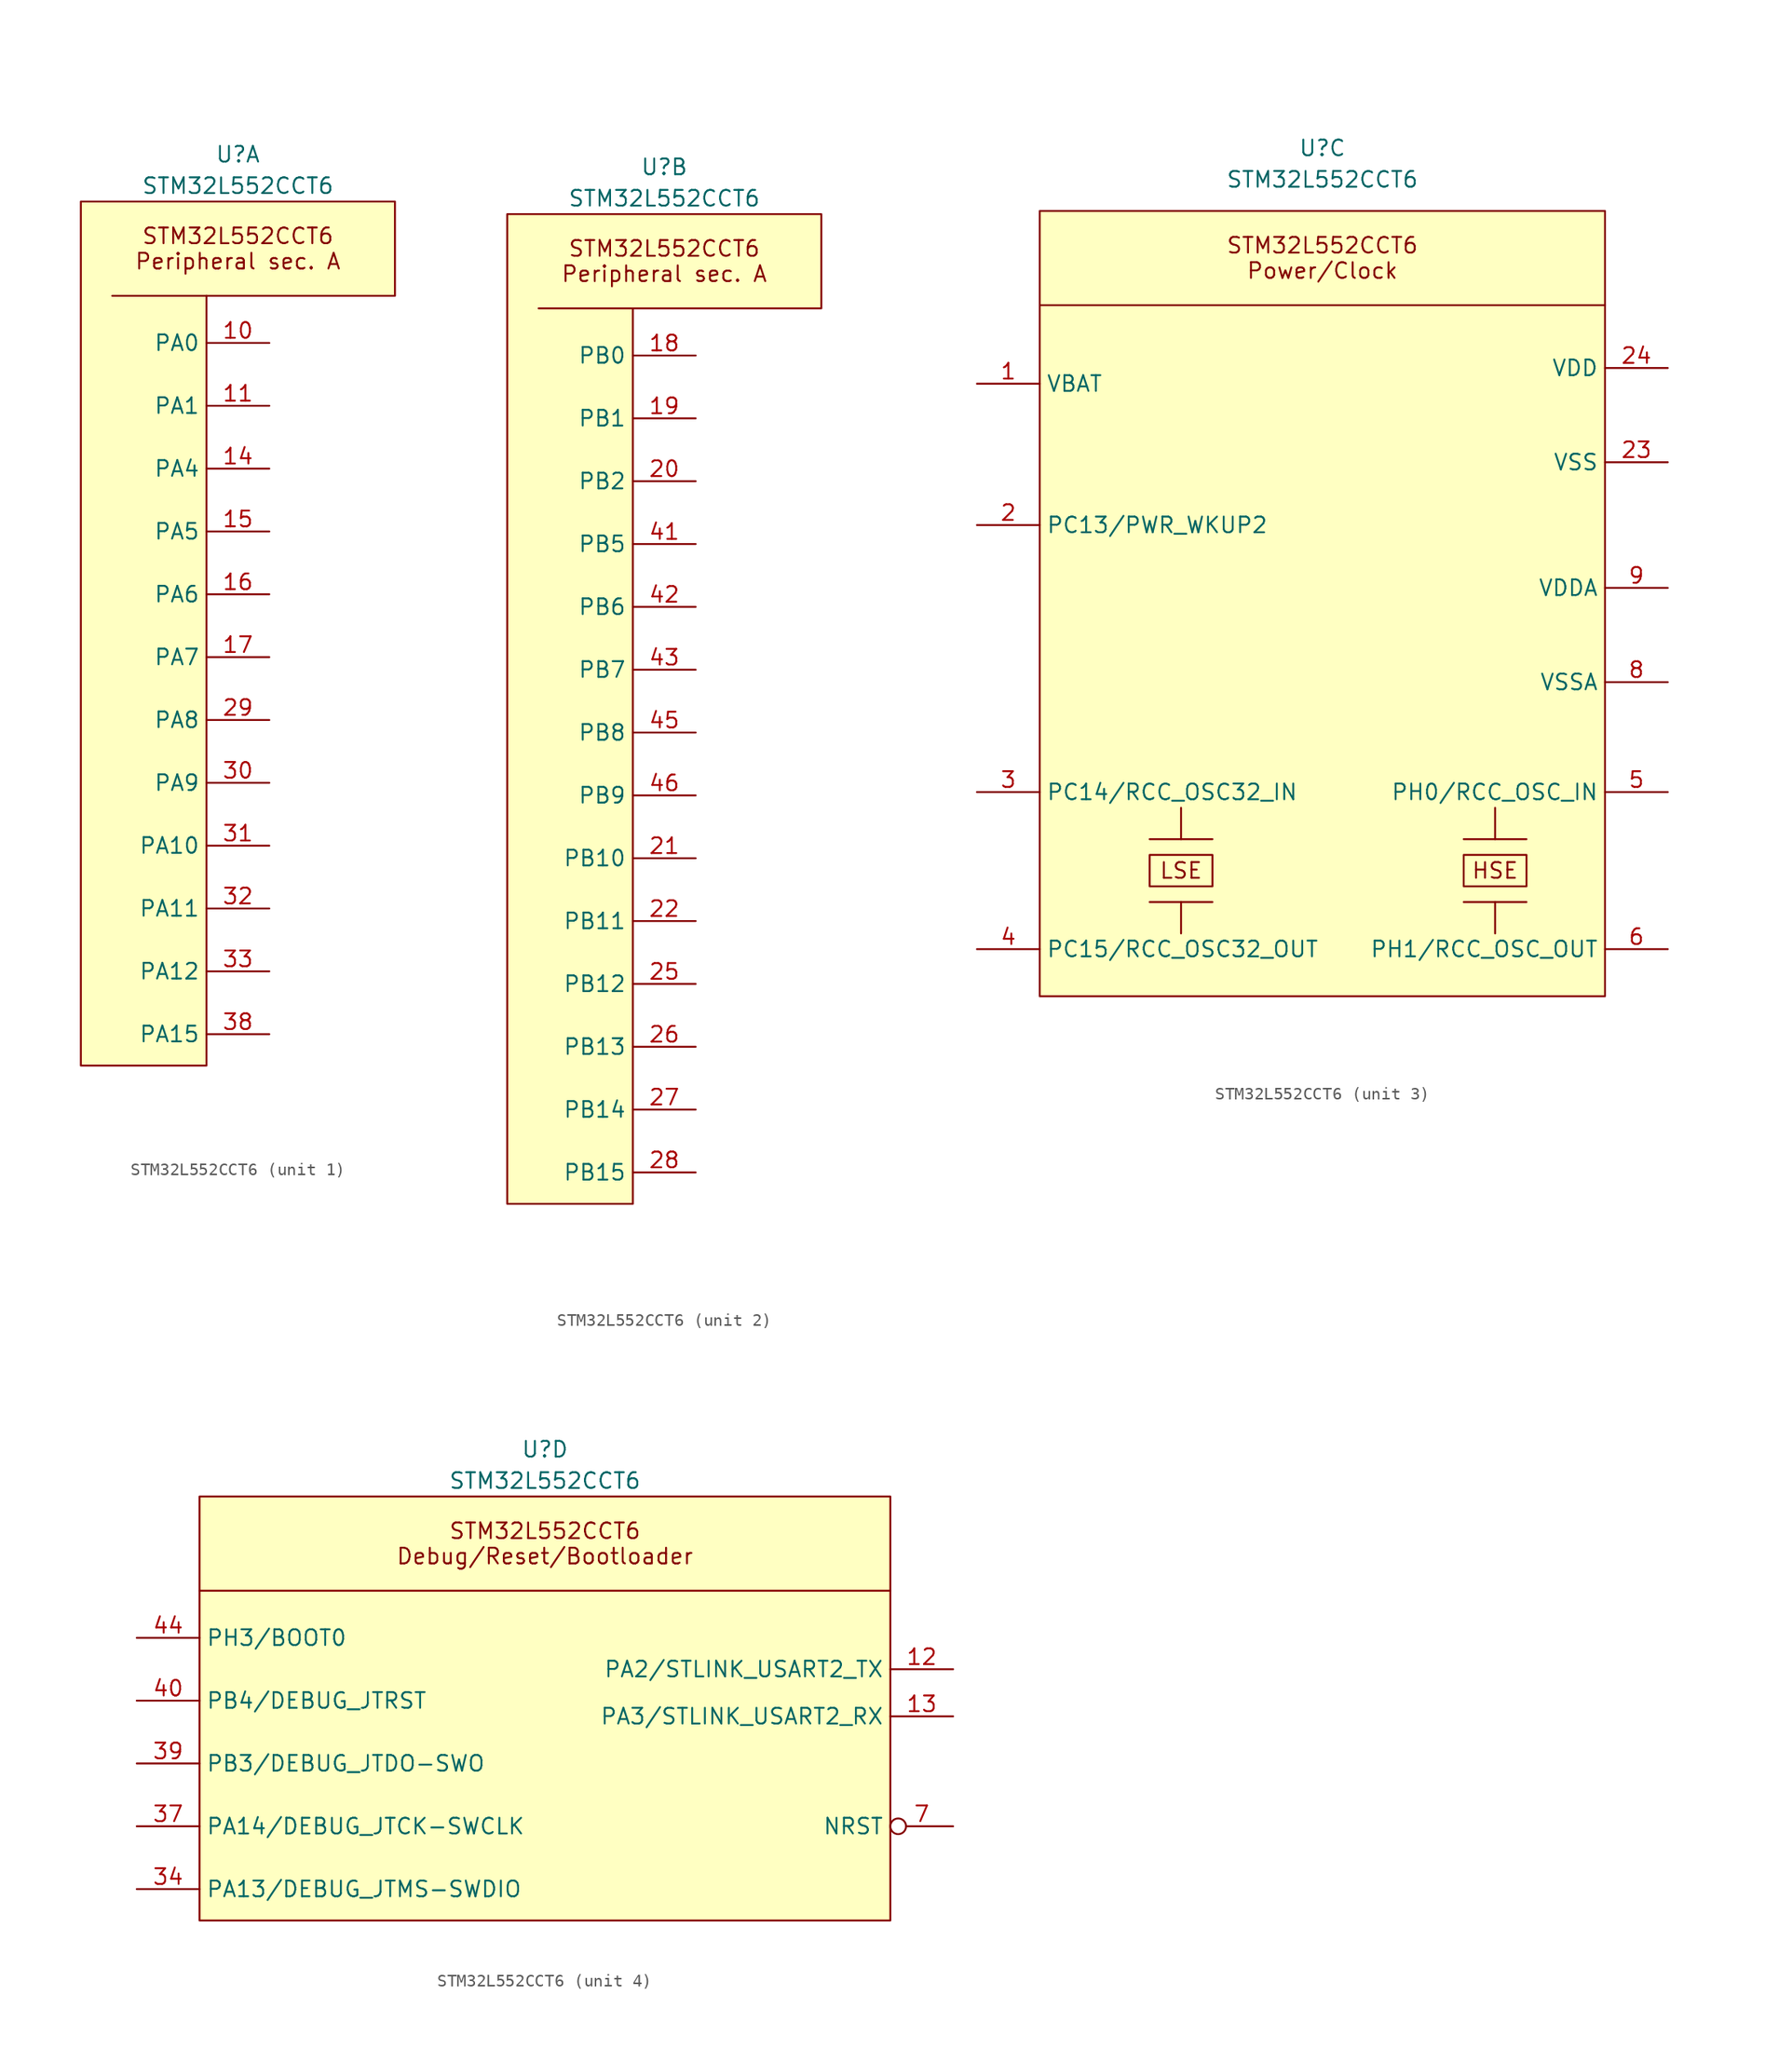
<source format=kicad_sym>
(kicad_symbol_lib
  (version 20241209)
  (generator "kicad_symbol_editor")
  (generator_version "9.0")
  (symbol "STM32L552CCT6"
    (property "Reference" "U"
      (at 0 36.83 0)
      (effects (font (size 1.27 1.27))))
    (property "Value" "STM32L552CCT6"
      (at 0 34.29 0)
      (effects (font (size 1.27 1.27))))
    (property "ki_locked" ""
      (at 0 0 0)
      (effects (font (size 1.27 1.27))))
    (symbol "STM32L552CCT6_1_1"
      (polyline (pts (xy -2.54 25.4) (xy -10.16 25.4)) (stroke (width 0) (type default)) (fill (type none)))
      (polyline (pts (xy 12.7 33.02) (xy -12.7 33.02) (xy -12.7 -36.83) (xy -2.54 -36.83) (xy -2.54 25.4) (xy 12.7 25.4) (xy 12.7 33.02) (xy 11.43 33.02)) (stroke (width 0) (type solid)) (fill (type background)))
      (text "STM32L552CCT6\nPeripheral sec. A" (at 0 29.21 0) (effects (font (size 1.27 1.27))))
      (pin bidirectional line (at 2.54 21.59 180) (length 5.08) (name "PA0" (effects (font (size 1.27 1.27)))) (number "10" (effects (font (size 1.27 1.27)))) (alternate "ADC1_IN5" bidirectional line) (alternate "ADC2_IN5" bidirectional line) (alternate "OPAMP1_VINP" bidirectional line) (alternate "PWR_WKUP1" bidirectional line) (alternate "SAI1_EXTCLK" bidirectional line) (alternate "TAMP_IN2" bidirectional line) (alternate "TAMP_OUT1" bidirectional line) (alternate "TIM2_CH1" bidirectional line) (alternate "TIM2_ETR" bidirectional line) (alternate "TIM5_CH1" bidirectional line) (alternate "TIM8_ETR" bidirectional line) (alternate "UART4_TX" bidirectional line) (alternate "USART2_CTS" bidirectional line) (alternate "USART2_NSS" bidirectional line))
      (pin bidirectional line (at 2.54 16.51 180) (length 5.08) (name "PA1" (effects (font (size 1.27 1.27)))) (number "11" (effects (font (size 1.27 1.27)))) (alternate "ADC1_IN6" bidirectional line) (alternate "ADC2_IN6" bidirectional line) (alternate "I2C1_SMBA" bidirectional line) (alternate "OCTOSPI1_DQS" bidirectional line) (alternate "OPAMP1_VINM" bidirectional line) (alternate "SPI1_SCK" bidirectional line) (alternate "TAMP_IN5" bidirectional line) (alternate "TAMP_OUT4" bidirectional line) (alternate "TIM15_CH1N" bidirectional line) (alternate "TIM2_CH2" bidirectional line) (alternate "TIM5_CH2" bidirectional line) (alternate "UART4_RX" bidirectional line) (alternate "USART2_DE" bidirectional line) (alternate "USART2_RTS" bidirectional line))
      (pin bidirectional line (at 2.54 11.43 180) (length 5.08) (name "PA4" (effects (font (size 1.27 1.27)))) (number "14" (effects (font (size 1.27 1.27)))) (alternate "ADC1_IN9" bidirectional line) (alternate "ADC2_IN9" bidirectional line) (alternate "DAC1_OUT1" bidirectional line) (alternate "LPTIM2_OUT" bidirectional line) (alternate "OCTOSPI1_NCS" bidirectional line) (alternate "SAI1_FS_B" bidirectional line) (alternate "SPI1_NSS" bidirectional line) (alternate "SPI3_NSS" bidirectional line) (alternate "USART2_CK" bidirectional line))
      (pin bidirectional line (at 2.54 6.35 180) (length 5.08) (name "PA5" (effects (font (size 1.27 1.27)))) (number "15" (effects (font (size 1.27 1.27)))) (alternate "ADC1_IN10" bidirectional line) (alternate "ADC2_IN10" bidirectional line) (alternate "DAC1_OUT2" bidirectional line) (alternate "LPTIM2_ETR" bidirectional line) (alternate "SPI1_SCK" bidirectional line) (alternate "TIM2_CH1" bidirectional line) (alternate "TIM2_ETR" bidirectional line) (alternate "TIM8_CH1N" bidirectional line))
      (pin bidirectional line (at 2.54 1.27 180) (length 5.08) (name "PA6" (effects (font (size 1.27 1.27)))) (number "16" (effects (font (size 1.27 1.27)))) (alternate "ADC1_IN11" bidirectional line) (alternate "ADC2_IN11" bidirectional line) (alternate "LPUART1_CTS" bidirectional line) (alternate "OCTOSPI1_IO3" bidirectional line) (alternate "OPAMP2_VINP" bidirectional line) (alternate "SPI1_MISO" bidirectional line) (alternate "TIM16_CH1" bidirectional line) (alternate "TIM1_BKIN" bidirectional line) (alternate "TIM3_CH1" bidirectional line) (alternate "TIM8_BKIN" bidirectional line) (alternate "USART3_CTS" bidirectional line) (alternate "USART3_NSS" bidirectional line))
      (pin bidirectional line (at 2.54 -3.81 180) (length 5.08) (name "PA7" (effects (font (size 1.27 1.27)))) (number "17" (effects (font (size 1.27 1.27)))) (alternate "ADC1_IN12" bidirectional line) (alternate "ADC2_IN12" bidirectional line) (alternate "I2C3_SCL" bidirectional line) (alternate "OCTOSPI1_IO2" bidirectional line) (alternate "OPAMP2_VINM" bidirectional line) (alternate "SPI1_MOSI" bidirectional line) (alternate "TIM17_CH1" bidirectional line) (alternate "TIM1_CH1N" bidirectional line) (alternate "TIM3_CH2" bidirectional line) (alternate "TIM8_CH1N" bidirectional line))
      (pin bidirectional line (at 2.54 -8.89 180) (length 5.08) (name "PA8" (effects (font (size 1.27 1.27)))) (number "29" (effects (font (size 1.27 1.27)))) (alternate "LPTIM2_OUT" bidirectional line) (alternate "RCC_MCO" bidirectional line) (alternate "SAI1_CK2" bidirectional line) (alternate "SAI1_SCK_A" bidirectional line) (alternate "TIM1_CH1" bidirectional line) (alternate "USART1_CK" bidirectional line))
      (pin bidirectional line (at 2.54 -13.97 180) (length 5.08) (name "PA9" (effects (font (size 1.27 1.27)))) (number "30" (effects (font (size 1.27 1.27)))) (alternate "DAC1_EXTI9" bidirectional line) (alternate "SAI1_FS_A" bidirectional line) (alternate "SPI2_SCK" bidirectional line) (alternate "TIM15_BKIN" bidirectional line) (alternate "TIM1_CH2" bidirectional line) (alternate "USART1_TX" bidirectional line))
      (pin bidirectional line (at 2.54 -19.05 180) (length 5.08) (name "PA10" (effects (font (size 1.27 1.27)))) (number "31" (effects (font (size 1.27 1.27)))) (alternate "CRS_SYNC" bidirectional line) (alternate "SAI1_D1" bidirectional line) (alternate "SAI1_SD_A" bidirectional line) (alternate "TIM17_BKIN" bidirectional line) (alternate "TIM1_CH3" bidirectional line) (alternate "USART1_RX" bidirectional line))
      (pin bidirectional line (at 2.54 -24.13 180) (length 5.08) (name "PA11" (effects (font (size 1.27 1.27)))) (number "32" (effects (font (size 1.27 1.27)))) (alternate "ADC1_EXTI11" bidirectional line) (alternate "ADC2_EXTI11" bidirectional line) (alternate "FDCAN1_RX" bidirectional line) (alternate "SPI1_MISO" bidirectional line) (alternate "TIM1_BKIN2" bidirectional line) (alternate "TIM1_CH4" bidirectional line) (alternate "USART1_CTS" bidirectional line) (alternate "USART1_NSS" bidirectional line) (alternate "USB_DM" bidirectional line))
      (pin bidirectional line (at 2.54 -29.21 180) (length 5.08) (name "PA12" (effects (font (size 1.27 1.27)))) (number "33" (effects (font (size 1.27 1.27)))) (alternate "FDCAN1_TX" bidirectional line) (alternate "SPI1_MOSI" bidirectional line) (alternate "TIM1_ETR" bidirectional line) (alternate "USART1_DE" bidirectional line) (alternate "USART1_RTS" bidirectional line) (alternate "USB_DP" bidirectional line))
      (pin bidirectional line (at 2.54 -34.29 180) (length 5.08) (name "PA15" (effects (font (size 1.27 1.27)))) (number "38" (effects (font (size 1.27 1.27)))) (alternate "ADC1_EXTI15" bidirectional line) (alternate "ADC2_EXTI15" bidirectional line) (alternate "DEBUG_JTDI" bidirectional line) (alternate "SAI2_FS_B" bidirectional line) (alternate "SPI1_NSS" bidirectional line) (alternate "SPI3_NSS" bidirectional line) (alternate "TIM2_CH1" bidirectional line) (alternate "TIM2_ETR" bidirectional line) (alternate "UART4_DE" bidirectional line) (alternate "UART4_RTS" bidirectional line) (alternate "UCPD1_CC1" bidirectional line) (alternate "USART2_RX" bidirectional line) (alternate "USART3_DE" bidirectional line) (alternate "USART3_RTS" bidirectional line)))
    (symbol "STM32L552CCT6_2_1"
      (polyline (pts (xy -2.54 25.4) (xy -10.16 25.4)) (stroke (width 0) (type default)) (fill (type none)))
      (polyline (pts (xy 12.7 33.02) (xy -12.7 33.02) (xy -12.7 -46.99) (xy -2.54 -46.99) (xy -2.54 25.4) (xy 12.7 25.4) (xy 12.7 33.02) (xy 11.43 33.02)) (stroke (width 0) (type solid)) (fill (type background)))
      (text "STM32L552CCT6\nPeripheral sec. A" (at 0 29.21 0) (effects (font (size 1.27 1.27))))
      (pin bidirectional line (at 2.54 21.59 180) (length 5.08) (name "PB0" (effects (font (size 1.27 1.27)))) (number "18" (effects (font (size 1.27 1.27)))) (alternate "ADC1_IN15" bidirectional line) (alternate "ADC2_IN15" bidirectional line) (alternate "COMP1_OUT" bidirectional line) (alternate "OCTOSPI1_IO1" bidirectional line) (alternate "OPAMP2_VOUT" bidirectional line) (alternate "SAI1_EXTCLK" bidirectional line) (alternate "SPI1_NSS" bidirectional line) (alternate "TIM1_CH2N" bidirectional line) (alternate "TIM3_CH3" bidirectional line) (alternate "TIM8_CH2N" bidirectional line) (alternate "USART3_CK" bidirectional line))
      (pin bidirectional line (at 2.54 16.51 180) (length 5.08) (name "PB1" (effects (font (size 1.27 1.27)))) (number "19" (effects (font (size 1.27 1.27)))) (alternate "ADC1_IN16" bidirectional line) (alternate "ADC2_IN16" bidirectional line) (alternate "COMP1_INM" bidirectional line) (alternate "DFSDM1_DATIN0" bidirectional line) (alternate "LPTIM2_IN1" bidirectional line) (alternate "LPUART1_DE" bidirectional line) (alternate "LPUART1_RTS" bidirectional line) (alternate "OCTOSPI1_IO0" bidirectional line) (alternate "TIM1_CH3N" bidirectional line) (alternate "TIM3_CH4" bidirectional line) (alternate "TIM8_CH3N" bidirectional line) (alternate "USART3_DE" bidirectional line) (alternate "USART3_RTS" bidirectional line))
      (pin bidirectional line (at 2.54 11.43 180) (length 5.08) (name "PB2" (effects (font (size 1.27 1.27)))) (number "20" (effects (font (size 1.27 1.27)))) (alternate "COMP1_INP" bidirectional line) (alternate "DFSDM1_CKIN0" bidirectional line) (alternate "I2C3_SMBA" bidirectional line) (alternate "LPTIM1_OUT" bidirectional line) (alternate "OCTOSPI1_DQS" bidirectional line) (alternate "RTC_OUT2" bidirectional line) (alternate "UCPD1_FRSTX1" bidirectional line))
      (pin bidirectional line (at 2.54 6.35 180) (length 5.08) (name "PB5" (effects (font (size 1.27 1.27)))) (number "41" (effects (font (size 1.27 1.27)))) (alternate "COMP2_OUT" bidirectional line) (alternate "I2C1_SMBA" bidirectional line) (alternate "LPTIM1_IN1" bidirectional line) (alternate "OCTOSPI1_NCLK" bidirectional line) (alternate "SAI1_SD_B" bidirectional line) (alternate "SPI1_MOSI" bidirectional line) (alternate "SPI3_MOSI" bidirectional line) (alternate "TIM16_BKIN" bidirectional line) (alternate "TIM3_CH2" bidirectional line) (alternate "TSC_G2_IO2" bidirectional line) (alternate "UCPD1_DBCC1" bidirectional line) (alternate "USART1_CK" bidirectional line))
      (pin bidirectional line (at 2.54 1.27 180) (length 5.08) (name "PB6" (effects (font (size 1.27 1.27)))) (number "42" (effects (font (size 1.27 1.27)))) (alternate "COMP2_INP" bidirectional line) (alternate "I2C1_SCL" bidirectional line) (alternate "I2C4_SCL" bidirectional line) (alternate "LPTIM1_ETR" bidirectional line) (alternate "SAI1_FS_B" bidirectional line) (alternate "TIM16_CH1N" bidirectional line) (alternate "TIM4_CH1" bidirectional line) (alternate "TIM8_BKIN2" bidirectional line) (alternate "TSC_G2_IO3" bidirectional line) (alternate "USART1_TX" bidirectional line))
      (pin bidirectional line (at 2.54 -3.81 180) (length 5.08) (name "PB7" (effects (font (size 1.27 1.27)))) (number "43" (effects (font (size 1.27 1.27)))) (alternate "COMP2_INM" bidirectional line) (alternate "I2C1_SDA" bidirectional line) (alternate "I2C4_SDA" bidirectional line) (alternate "LPTIM1_IN2" bidirectional line) (alternate "PWR_PVD_IN" bidirectional line) (alternate "TIM17_CH1N" bidirectional line) (alternate "TIM4_CH2" bidirectional line) (alternate "TIM8_BKIN" bidirectional line) (alternate "TSC_G2_IO4" bidirectional line) (alternate "UART4_CTS" bidirectional line) (alternate "USART1_RX" bidirectional line))
      (pin bidirectional line (at 2.54 -8.89 180) (length 5.08) (name "PB8" (effects (font (size 1.27 1.27)))) (number "45" (effects (font (size 1.27 1.27)))) (alternate "DFSDM1_CKOUT" bidirectional line) (alternate "FDCAN1_RX" bidirectional line) (alternate "I2C1_SCL" bidirectional line) (alternate "SAI1_CK1" bidirectional line) (alternate "SAI1_MCLK_A" bidirectional line) (alternate "TIM16_CH1" bidirectional line) (alternate "TIM4_CH3" bidirectional line))
      (pin bidirectional line (at 2.54 -13.97 180) (length 5.08) (name "PB9" (effects (font (size 1.27 1.27)))) (number "46" (effects (font (size 1.27 1.27)))) (alternate "DAC1_EXTI9" bidirectional line) (alternate "FDCAN1_TX" bidirectional line) (alternate "I2C1_SDA" bidirectional line) (alternate "IR_OUT" bidirectional line) (alternate "SAI1_D2" bidirectional line) (alternate "SAI1_FS_A" bidirectional line) (alternate "SPI2_NSS" bidirectional line) (alternate "TIM17_CH1" bidirectional line) (alternate "TIM4_CH4" bidirectional line))
      (pin bidirectional line (at 2.54 -19.05 180) (length 5.08) (name "PB10" (effects (font (size 1.27 1.27)))) (number "21" (effects (font (size 1.27 1.27)))) (alternate "COMP1_OUT" bidirectional line) (alternate "I2C2_SCL" bidirectional line) (alternate "I2C4_SCL" bidirectional line) (alternate "LPTIM3_OUT" bidirectional line) (alternate "LPUART1_RX" bidirectional line) (alternate "OCTOSPI1_CLK" bidirectional line) (alternate "SAI1_SCK_A" bidirectional line) (alternate "SPI2_SCK" bidirectional line) (alternate "TIM2_CH3" bidirectional line) (alternate "TSC_SYNC" bidirectional line) (alternate "USART3_TX" bidirectional line))
      (pin bidirectional line (at 2.54 -24.13 180) (length 5.08) (name "PB11" (effects (font (size 1.27 1.27)))) (number "22" (effects (font (size 1.27 1.27)))) (alternate "ADC1_EXTI11" bidirectional line) (alternate "ADC2_EXTI11" bidirectional line) (alternate "COMP2_OUT" bidirectional line) (alternate "I2C2_SDA" bidirectional line) (alternate "I2C4_SDA" bidirectional line) (alternate "LPUART1_TX" bidirectional line) (alternate "OCTOSPI1_NCS" bidirectional line) (alternate "TIM2_CH4" bidirectional line) (alternate "USART3_RX" bidirectional line))
      (pin bidirectional line (at 2.54 -29.21 180) (length 5.08) (name "PB12" (effects (font (size 1.27 1.27)))) (number "25" (effects (font (size 1.27 1.27)))) (alternate "DFSDM1_DATIN1" bidirectional line) (alternate "I2C2_SMBA" bidirectional line) (alternate "LPUART1_DE" bidirectional line) (alternate "LPUART1_RTS" bidirectional line) (alternate "OCTOSPI1_NCLK" bidirectional line) (alternate "SAI2_FS_A" bidirectional line) (alternate "SPI2_NSS" bidirectional line) (alternate "TIM15_BKIN" bidirectional line) (alternate "TIM1_BKIN" bidirectional line) (alternate "TSC_G1_IO1" bidirectional line) (alternate "USART3_CK" bidirectional line))
      (pin bidirectional line (at 2.54 -34.29 180) (length 5.08) (name "PB13" (effects (font (size 1.27 1.27)))) (number "26" (effects (font (size 1.27 1.27)))) (alternate "DFSDM1_CKIN1" bidirectional line) (alternate "I2C2_SCL" bidirectional line) (alternate "LPTIM3_IN1" bidirectional line) (alternate "LPUART1_CTS" bidirectional line) (alternate "SAI2_SCK_A" bidirectional line) (alternate "SPI2_SCK" bidirectional line) (alternate "TIM15_CH1N" bidirectional line) (alternate "TIM1_CH1N" bidirectional line) (alternate "TSC_G1_IO2" bidirectional line) (alternate "UCPD1_FRSTX2" bidirectional line) (alternate "USART3_CTS" bidirectional line) (alternate "USART3_NSS" bidirectional line))
      (pin bidirectional line (at 2.54 -39.37 180) (length 5.08) (name "PB14" (effects (font (size 1.27 1.27)))) (number "27" (effects (font (size 1.27 1.27)))) (alternate "DFSDM1_DATIN2" bidirectional line) (alternate "I2C2_SDA" bidirectional line) (alternate "LPTIM3_ETR" bidirectional line) (alternate "SAI2_MCLK_A" bidirectional line) (alternate "SPI2_MISO" bidirectional line) (alternate "TIM15_CH1" bidirectional line) (alternate "TIM1_CH2N" bidirectional line) (alternate "TIM8_CH2N" bidirectional line) (alternate "TSC_G1_IO3" bidirectional line) (alternate "UCPD1_DBCC2" bidirectional line) (alternate "USART3_DE" bidirectional line) (alternate "USART3_RTS" bidirectional line))
      (pin bidirectional line (at 2.54 -44.45 180) (length 5.08) (name "PB15" (effects (font (size 1.27 1.27)))) (number "28" (effects (font (size 1.27 1.27)))) (alternate "ADC1_EXTI15" bidirectional line) (alternate "ADC2_EXTI15" bidirectional line) (alternate "DFSDM1_CKIN2" bidirectional line) (alternate "RTC_REFIN" bidirectional line) (alternate "SAI2_SD_A" bidirectional line) (alternate "SPI2_MOSI" bidirectional line) (alternate "TIM15_CH2" bidirectional line) (alternate "TIM1_CH3N" bidirectional line) (alternate "TIM8_CH3N" bidirectional line) (alternate "UCPD1_CC2" bidirectional line)))
    (symbol "STM32L552CCT6_3_1"
      (unit_name "Power/Clock")
      (polyline (pts (xy -22.86 24.13) (xy 22.86 24.13)) (stroke (width 0) (type default)) (fill (type none)))
      (rectangle (start -22.86 31.75) (end 22.86 -31.75) (stroke (width 0) (type solid)) (fill (type background)))
      (polyline (pts (xy -13.97 -19.05) (xy -8.89 -19.05)) (stroke (width 0) (type default)) (fill (type none)))
      (rectangle (start -13.97 -20.32) (end -8.89 -22.86) (stroke (width 0) (type default)) (fill (type none)))
      (polyline (pts (xy -13.97 -24.13) (xy -8.89 -24.13)) (stroke (width 0) (type default)) (fill (type none)))
      (polyline (pts (xy -11.43 -19.05) (xy -11.43 -16.51)) (stroke (width 0) (type default)) (fill (type none)))
      (polyline (pts (xy -11.43 -24.13) (xy -11.43 -26.67)) (stroke (width 0) (type default)) (fill (type none)))
      (polyline (pts (xy 11.43 -19.05) (xy 16.51 -19.05)) (stroke (width 0) (type default)) (fill (type none)))
      (rectangle (start 11.43 -20.32) (end 16.51 -22.86) (stroke (width 0) (type default)) (fill (type none)))
      (polyline (pts (xy 11.43 -24.13) (xy 16.51 -24.13)) (stroke (width 0) (type default)) (fill (type none)))
      (polyline (pts (xy 13.97 -19.05) (xy 13.97 -16.51)) (stroke (width 0) (type default)) (fill (type none)))
      (polyline (pts (xy 13.97 -24.13) (xy 13.97 -26.67)) (stroke (width 0) (type default)) (fill (type none)))
      (text "LSE" (at -11.43 -21.59 0) (effects (font (size 1.27 1.27))))
      (text "STM32L552CCT6\nPower/Clock" (at 0 27.94 0) (effects (font (size 1.27 1.27))))
      (text "HSE" (at 13.97 -21.59 0) (effects (font (size 1.27 1.27))))
      (pin power_in line (at -27.94 17.78 0) (length 5.08) (name "VBAT" (effects (font (size 1.27 1.27)))) (number "1" (effects (font (size 1.27 1.27)))))
      (pin bidirectional line (at -27.94 6.35 0) (length 5.08) (name "PC13/PWR_WKUP2" (effects (font (size 1.27 1.27)))) (number "2" (effects (font (size 1.27 1.27)))) (alternate "PWR_WKUP2" bidirectional line) (alternate "RTC_OUT1" bidirectional line) (alternate "RTC_TS" bidirectional line) (alternate "TAMP_IN1" bidirectional line) (alternate "TAMP_OUT2" bidirectional line))
      (pin bidirectional line (at -27.94 -15.24 0) (length 5.08) (name "PC14/RCC_OSC32_IN" (effects (font (size 1.27 1.27)))) (number "3" (effects (font (size 1.27 1.27)))) (alternate "RCC_OSC32_IN" bidirectional line))
      (pin bidirectional line (at -27.94 -27.94 0) (length 5.08) (name "PC15/RCC_OSC32_OUT" (effects (font (size 1.27 1.27)))) (number "4" (effects (font (size 1.27 1.27)))) (alternate "ADC1_EXTI15" bidirectional line) (alternate "ADC2_EXTI15" bidirectional line) (alternate "RCC_OSC32_OUT" bidirectional line))
      (pin power_in line (at 27.94 19.05 180) (length 5.08) (name "VDD" (effects (font (size 1.27 1.27)))) (number "24" (effects (font (size 1.27 1.27)))))
      (pin power_in line (at 27.94 19.05 180) (length 5.08) (hide yes) (name "VDD" (effects (font (size 1.27 1.27)))) (number "36" (effects (font (size 1.27 1.27)))))
      (pin power_in line (at 27.94 19.05 180) (length 5.08) (hide yes) (name "VDD" (effects (font (size 1.27 1.27)))) (number "48" (effects (font (size 1.27 1.27)))))
      (pin power_in line (at 27.94 11.43 180) (length 5.08) (name "VSS" (effects (font (size 1.27 1.27)))) (number "23" (effects (font (size 1.27 1.27)))))
      (pin passive line (at 27.94 11.43 180) (length 5.08) (hide yes) (name "VSS" (effects (font (size 1.27 1.27)))) (number "35" (effects (font (size 1.27 1.27)))))
      (pin passive line (at 27.94 11.43 180) (length 5.08) (hide yes) (name "VSS" (effects (font (size 1.27 1.27)))) (number "47" (effects (font (size 1.27 1.27)))))
      (pin power_in line (at 27.94 1.27 180) (length 5.08) (name "VDDA" (effects (font (size 1.27 1.27)))) (number "9" (effects (font (size 1.27 1.27)))))
      (pin power_in line (at 27.94 -6.35 180) (length 5.08) (name "VSSA" (effects (font (size 1.27 1.27)))) (number "8" (effects (font (size 1.27 1.27)))))
      (pin bidirectional line (at 27.94 -15.24 180) (length 5.08) (name "PH0/RCC_OSC_IN" (effects (font (size 1.27 1.27)))) (number "5" (effects (font (size 1.27 1.27)))) (alternate "RCC_OSC_IN" bidirectional line))
      (pin bidirectional line (at 27.94 -27.94 180) (length 5.08) (name "PH1/RCC_OSC_OUT" (effects (font (size 1.27 1.27)))) (number "6" (effects (font (size 1.27 1.27)))) (alternate "RCC_OSC_OUT" bidirectional line)))
    (symbol "STM32L552CCT6_4_1"
      (unit_name "Debug/Reset/Bootloader")
      (rectangle (start -27.94 33.02) (end 27.94 -1.27) (stroke (width 0) (type solid)) (fill (type background)))
      (polyline (pts (xy 27.94 25.4) (xy -27.94 25.4)) (stroke (width 0) (type default)) (fill (type none)))
      (text "STM32L552CCT6\nDebug/Reset/Bootloader" (at 0 29.21 0) (effects (font (size 1.27 1.27))))
      (pin bidirectional line (at -33.02 21.59 0) (length 5.08) (name "PH3/BOOT0" (effects (font (size 1.27 1.27)))) (number "44" (effects (font (size 1.27 1.27)))))
      (pin bidirectional line (at -33.02 16.51 0) (length 5.08) (name "PB4/DEBUG_JTRST" (effects (font (size 1.27 1.27)))) (number "40" (effects (font (size 1.27 1.27)))) (alternate "COMP2_INP" bidirectional line) (alternate "DEBUG_JTRST" bidirectional line) (alternate "I2C3_SDA" bidirectional line) (alternate "SAI1_MCLK_B" bidirectional line) (alternate "SPI1_MISO" bidirectional line) (alternate "SPI3_MISO" bidirectional line) (alternate "TIM17_BKIN" bidirectional line) (alternate "TIM3_CH1" bidirectional line) (alternate "TSC_G2_IO1" bidirectional line) (alternate "USART1_CTS" bidirectional line) (alternate "USART1_NSS" bidirectional line))
      (pin bidirectional line (at -33.02 11.43 0) (length 5.08) (name "PB3/DEBUG_JTDO-SWO" (effects (font (size 1.27 1.27)))) (number "39" (effects (font (size 1.27 1.27)))) (alternate "COMP2_INM" bidirectional line) (alternate "CRS_SYNC" bidirectional line) (alternate "DEBUG_JTDO-SWO" bidirectional line) (alternate "SAI1_SCK_B" bidirectional line) (alternate "SPI1_SCK" bidirectional line) (alternate "SPI3_SCK" bidirectional line) (alternate "TIM2_CH2" bidirectional line) (alternate "USART1_DE" bidirectional line) (alternate "USART1_RTS" bidirectional line))
      (pin bidirectional line (at -33.02 6.35 0) (length 5.08) (name "PA14/DEBUG_JTCK-SWCLK" (effects (font (size 1.27 1.27)))) (number "37" (effects (font (size 1.27 1.27)))) (alternate "DEBUG_JTCK-SWCLK" bidirectional line) (alternate "I2C1_SMBA" bidirectional line) (alternate "I2C4_SMBA" bidirectional line) (alternate "LPTIM1_OUT" bidirectional line) (alternate "SAI1_FS_B" bidirectional line))
      (pin bidirectional line (at -33.02 1.27 0) (length 5.08) (name "PA13/DEBUG_JTMS-SWDIO" (effects (font (size 1.27 1.27)))) (number "34" (effects (font (size 1.27 1.27)))) (alternate "DEBUG_JTMS-SWDIO" bidirectional line) (alternate "IR_OUT" bidirectional line) (alternate "SAI1_SD_B" bidirectional line) (alternate "USB_NOE" bidirectional line))
      (pin bidirectional line (at 33.02 19.05 180) (length 5.08) (name "PA2/STLINK_USART2_TX" (effects (font (size 1.27 1.27)))) (number "12" (effects (font (size 1.27 1.27)))) (alternate "ADC1_IN7" bidirectional line) (alternate "ADC2_IN7" bidirectional line) (alternate "COMP1_INP" bidirectional line) (alternate "LPUART1_TX" bidirectional line) (alternate "OCTOSPI1_NCS" bidirectional line) (alternate "PA2" bidirectional line) (alternate "PWR_WKUP4" bidirectional line) (alternate "RCC_LSCO" bidirectional line) (alternate "SAI2_EXTCLK" bidirectional line) (alternate "TIM15_CH1" bidirectional line) (alternate "TIM2_CH3" bidirectional line) (alternate "TIM5_CH3" bidirectional line) (alternate "UCPD1_FRSTX1" bidirectional line) (alternate "USART2_TX" bidirectional line))
      (pin bidirectional line (at 33.02 15.24 180) (length 5.08) (name "PA3/STLINK_USART2_RX" (effects (font (size 1.27 1.27)))) (number "13" (effects (font (size 1.27 1.27)))) (alternate "ADC1_IN8" bidirectional line) (alternate "ADC2_IN8" bidirectional line) (alternate "LPUART1_RX" bidirectional line) (alternate "OCTOSPI1_CLK" bidirectional line) (alternate "OPAMP1_VOUT" bidirectional line) (alternate "SAI1_CK1" bidirectional line) (alternate "SAI1_MCLK_A" bidirectional line) (alternate "TIM15_CH2" bidirectional line) (alternate "TIM2_CH4" bidirectional line) (alternate "TIM5_CH4" bidirectional line) (alternate "USART2_RX" bidirectional line))
      (pin input inverted (at 33.02 6.35 180) (length 5.08) (name "NRST" (effects (font (size 1.27 1.27)))) (number "7" (effects (font (size 1.27 1.27))))))))
</source>
